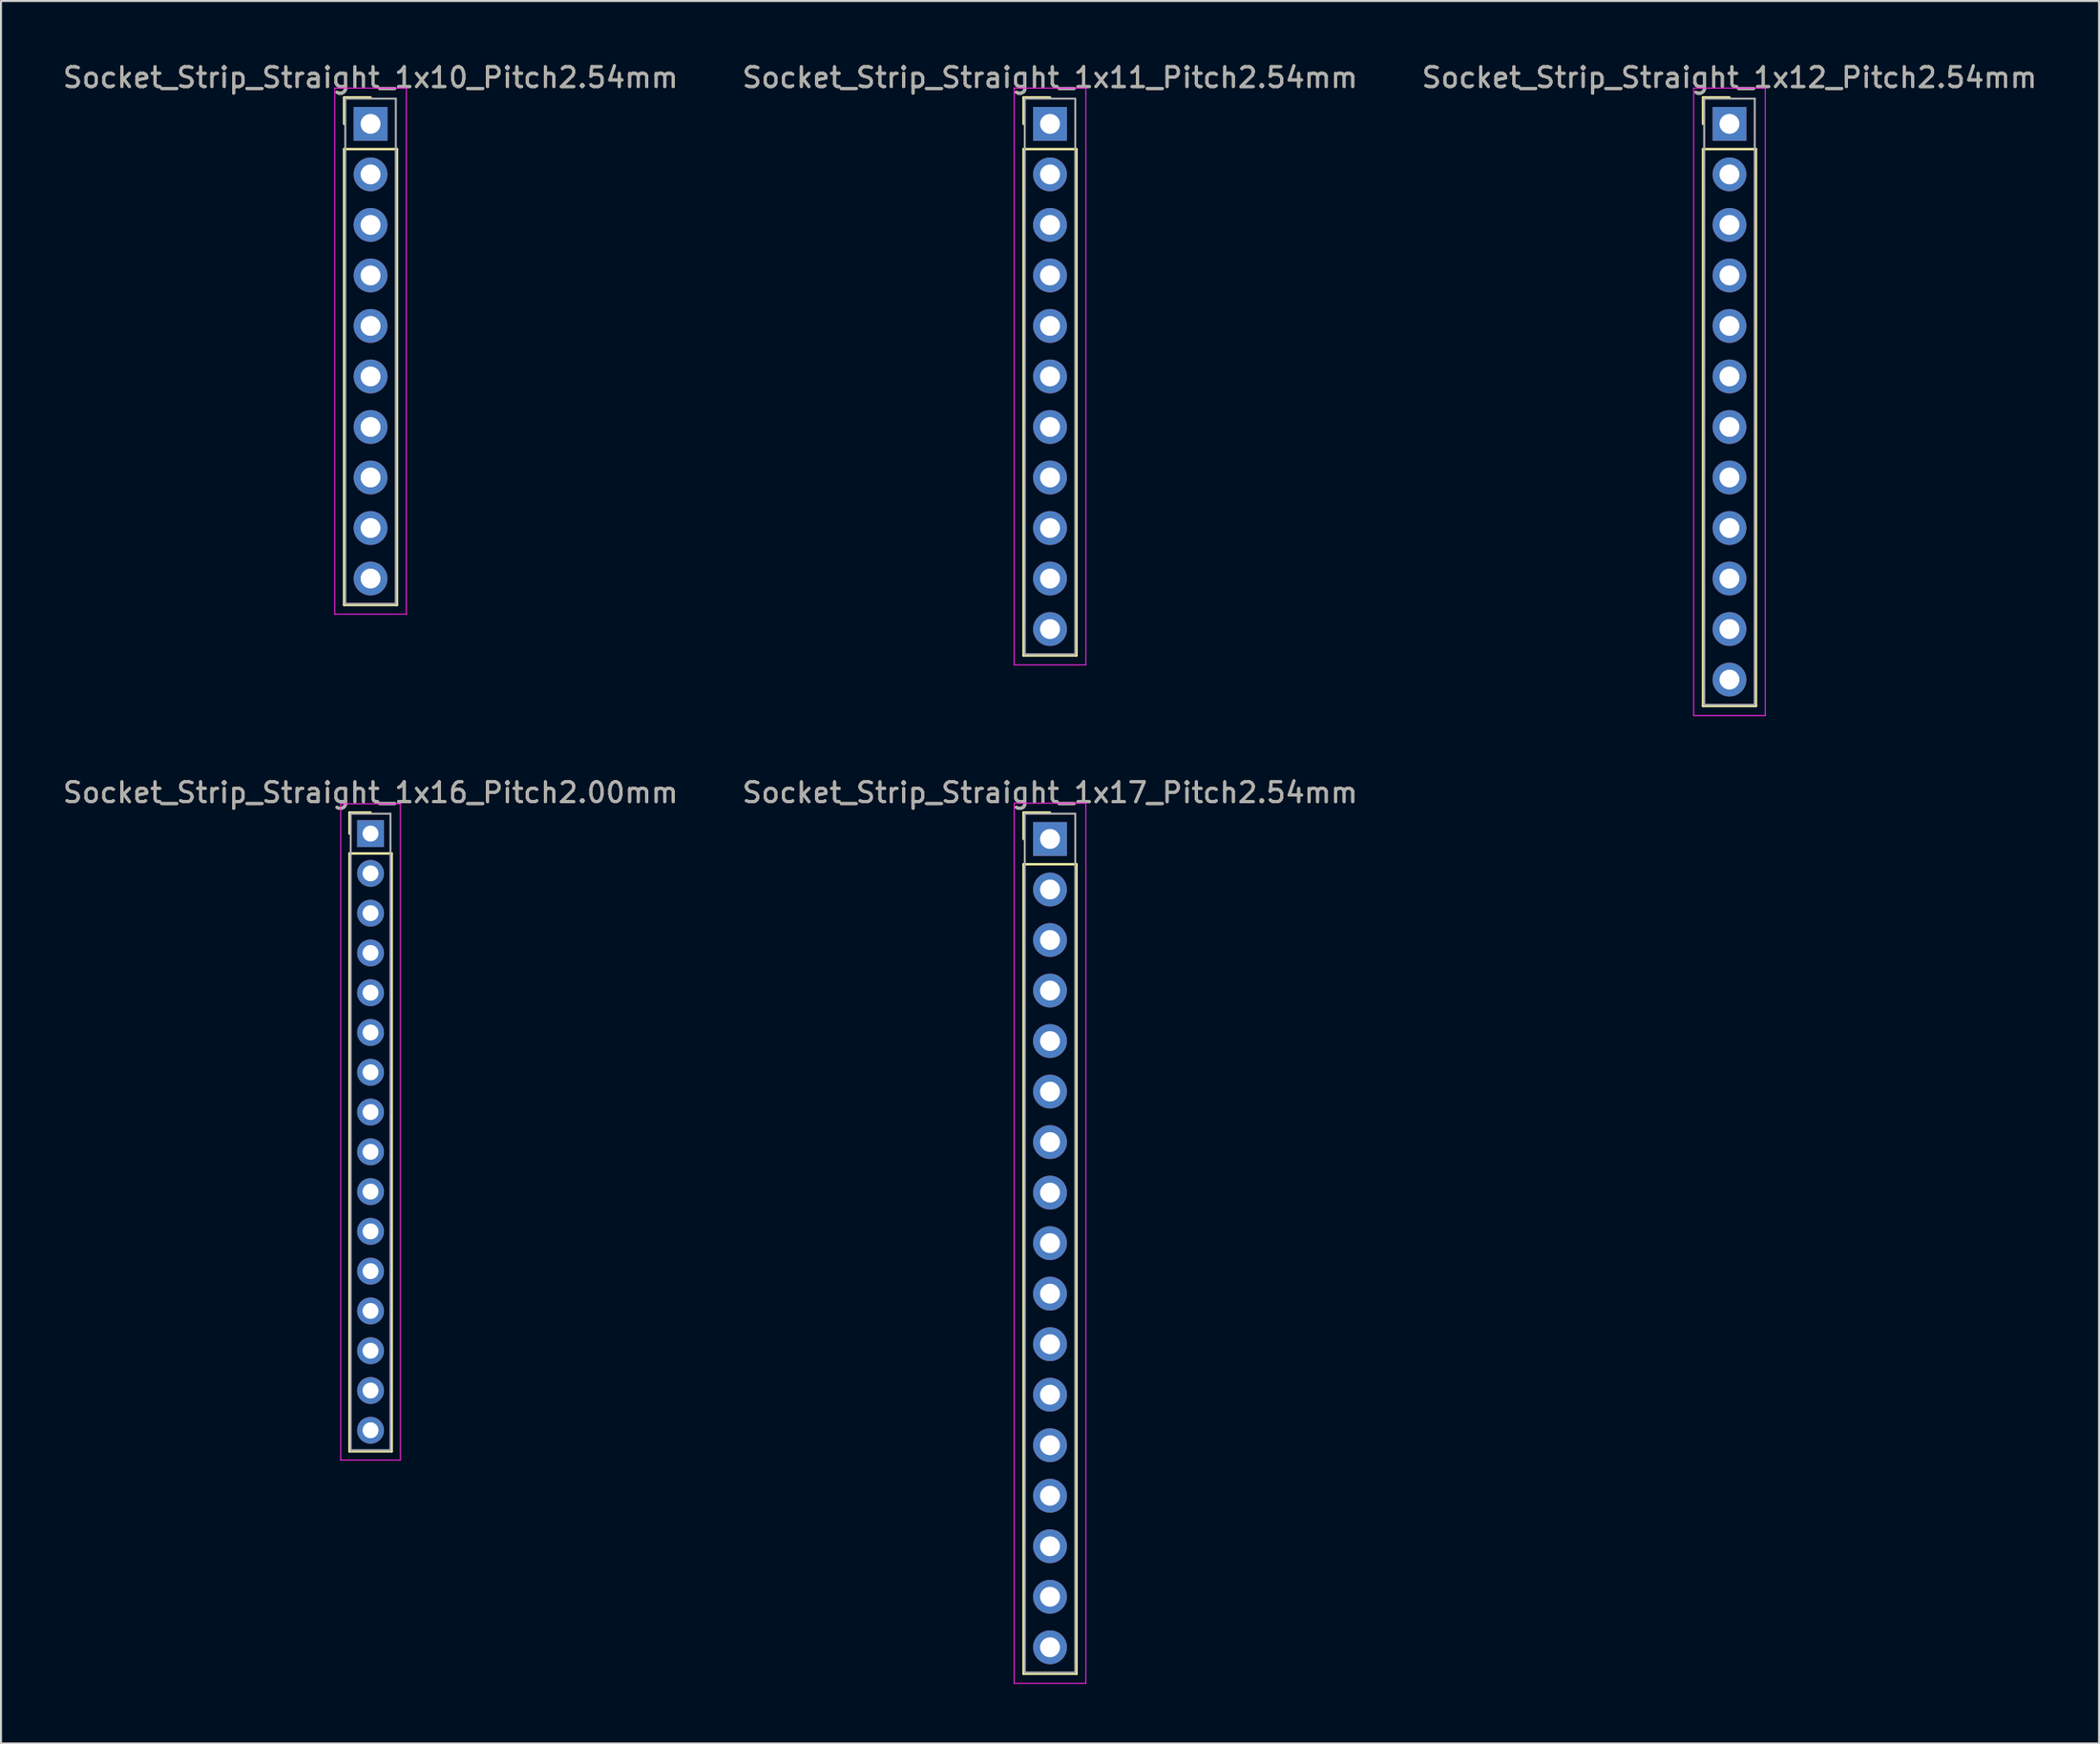
<source format=kicad_pcb>
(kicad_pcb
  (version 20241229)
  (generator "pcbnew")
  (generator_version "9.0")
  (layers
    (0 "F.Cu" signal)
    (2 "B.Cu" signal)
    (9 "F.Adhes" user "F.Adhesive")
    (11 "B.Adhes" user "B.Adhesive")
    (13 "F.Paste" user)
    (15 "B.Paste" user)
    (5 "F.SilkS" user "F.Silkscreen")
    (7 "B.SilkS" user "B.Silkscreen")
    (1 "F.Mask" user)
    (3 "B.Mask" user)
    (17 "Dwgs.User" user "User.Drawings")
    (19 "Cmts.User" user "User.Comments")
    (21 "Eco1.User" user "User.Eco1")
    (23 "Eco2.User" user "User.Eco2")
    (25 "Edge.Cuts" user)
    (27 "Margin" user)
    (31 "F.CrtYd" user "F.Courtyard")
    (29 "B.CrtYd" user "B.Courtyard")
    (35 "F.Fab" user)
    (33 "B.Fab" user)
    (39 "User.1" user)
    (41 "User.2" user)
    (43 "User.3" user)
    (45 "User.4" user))
  (footprint "Socket_Strip_Straight_1x17_Pitch2.54mm"
    (layer "F.Cu")
    (at 49.732 39.132)
    (property "Reference" "Socket_Strip_Straight_1x17_Pitch2.54mm" (at 0 -2.33 0) (layer "F.SilkS") (effects (font (size 1 1) (thickness 0.15))))
    (attr through_hole)
    (fp_line (start -1.33 -1.33) (end 0 -1.33) (stroke (width 0.12) (type solid)) (layer "F.SilkS"))
    (fp_line (start -1.33 0) (end -1.33 -1.33) (stroke (width 0.12) (type solid)) (layer "F.SilkS"))
    (fp_line (start -1.33 1.27) (end -1.33 41.97) (stroke (width 0.12) (type solid)) (layer "F.SilkS"))
    (fp_line (start -1.33 41.97) (end 1.33 41.97) (stroke (width 0.12) (type solid)) (layer "F.SilkS"))
    (fp_line (start 1.33 1.27) (end -1.33 1.27) (stroke (width 0.12) (type solid)) (layer "F.SilkS"))
    (fp_line (start 1.33 41.97) (end 1.33 1.27) (stroke (width 0.12) (type solid)) (layer "F.SilkS"))
    (fp_line (start -1.8 -1.8) (end -1.8 42.45) (stroke (width 0.05) (type solid)) (layer "F.CrtYd"))
    (fp_line (start -1.8 42.45) (end 1.8 42.45) (stroke (width 0.05) (type solid)) (layer "F.CrtYd"))
    (fp_line (start 1.8 -1.8) (end -1.8 -1.8) (stroke (width 0.05) (type solid)) (layer "F.CrtYd"))
    (fp_line (start 1.8 42.45) (end 1.8 -1.8) (stroke (width 0.05) (type solid)) (layer "F.CrtYd"))
    (fp_line (start -1.27 -1.27) (end -1.27 41.91) (stroke (width 0.1) (type solid)) (layer "F.Fab"))
    (fp_line (start -1.27 41.91) (end 1.27 41.91) (stroke (width 0.1) (type solid)) (layer "F.Fab"))
    (fp_line (start 1.27 -1.27) (end -1.27 -1.27) (stroke (width 0.1) (type solid)) (layer "F.Fab"))
    (fp_line (start 1.27 41.91) (end 1.27 -1.27) (stroke (width 0.1) (type solid)) (layer "F.Fab"))
    (fp_text user "${REFERENCE}" (at 0 -2.33 0) (layer "F.Fab") (effects (font (size 1 1) (thickness 0.15))))
    (pad "1" thru_hole rect (at 0 0) (size 1.7 1.7) (drill 1) (layers "*.Cu" "*.Mask"))
    (pad "2" thru_hole oval (at 0 2.54) (size 1.7 1.7) (drill 1) (layers "*.Cu" "*.Mask"))
    (pad "3" thru_hole oval (at 0 5.08) (size 1.7 1.7) (drill 1) (layers "*.Cu" "*.Mask"))
    (pad "4" thru_hole oval (at 0 7.62) (size 1.7 1.7) (drill 1) (layers "*.Cu" "*.Mask"))
    (pad "5" thru_hole oval (at 0 10.16) (size 1.7 1.7) (drill 1) (layers "*.Cu" "*.Mask"))
    (pad "6" thru_hole oval (at 0 12.7) (size 1.7 1.7) (drill 1) (layers "*.Cu" "*.Mask"))
    (pad "7" thru_hole oval (at 0 15.24) (size 1.7 1.7) (drill 1) (layers "*.Cu" "*.Mask"))
    (pad "8" thru_hole oval (at 0 17.78) (size 1.7 1.7) (drill 1) (layers "*.Cu" "*.Mask"))
    (pad "9" thru_hole oval (at 0 20.32) (size 1.7 1.7) (drill 1) (layers "*.Cu" "*.Mask"))
    (pad "10" thru_hole oval (at 0 22.86) (size 1.7 1.7) (drill 1) (layers "*.Cu" "*.Mask"))
    (pad "11" thru_hole oval (at 0 25.4) (size 1.7 1.7) (drill 1) (layers "*.Cu" "*.Mask"))
    (pad "12" thru_hole oval (at 0 27.94) (size 1.7 1.7) (drill 1) (layers "*.Cu" "*.Mask"))
    (pad "13" thru_hole oval (at 0 30.48) (size 1.7 1.7) (drill 1) (layers "*.Cu" "*.Mask"))
    (pad "14" thru_hole oval (at 0 33.02) (size 1.7 1.7) (drill 1) (layers "*.Cu" "*.Mask"))
    (pad "15" thru_hole oval (at 0 35.56) (size 1.7 1.7) (drill 1) (layers "*.Cu" "*.Mask"))
    (pad "16" thru_hole oval (at 0 38.1) (size 1.7 1.7) (drill 1) (layers "*.Cu" "*.Mask"))
    (pad "17" thru_hole oval (at 0 40.64) (size 1.7 1.7) (drill 1) (layers "*.Cu" "*.Mask")))
  (footprint "Socket_Strip_Straight_1x12_Pitch2.54mm"
    (layer "F.Cu")
    (at 83.887 3.178)
    (property "Reference" "Socket_Strip_Straight_1x12_Pitch2.54mm" (at 0 -2.33 0) (layer "F.SilkS") (effects (font (size 1 1) (thickness 0.15))))
    (attr through_hole)
    (fp_line (start -1.33 -1.33) (end 0 -1.33) (stroke (width 0.12) (type solid)) (layer "F.SilkS"))
    (fp_line (start -1.33 0) (end -1.33 -1.33) (stroke (width 0.12) (type solid)) (layer "F.SilkS"))
    (fp_line (start -1.33 1.27) (end -1.33 29.27) (stroke (width 0.12) (type solid)) (layer "F.SilkS"))
    (fp_line (start -1.33 29.27) (end 1.33 29.27) (stroke (width 0.12) (type solid)) (layer "F.SilkS"))
    (fp_line (start 1.33 1.27) (end -1.33 1.27) (stroke (width 0.12) (type solid)) (layer "F.SilkS"))
    (fp_line (start 1.33 29.27) (end 1.33 1.27) (stroke (width 0.12) (type solid)) (layer "F.SilkS"))
    (fp_line (start -1.8 -1.8) (end -1.8 29.75) (stroke (width 0.05) (type solid)) (layer "F.CrtYd"))
    (fp_line (start -1.8 29.75) (end 1.8 29.75) (stroke (width 0.05) (type solid)) (layer "F.CrtYd"))
    (fp_line (start 1.8 -1.8) (end -1.8 -1.8) (stroke (width 0.05) (type solid)) (layer "F.CrtYd"))
    (fp_line (start 1.8 29.75) (end 1.8 -1.8) (stroke (width 0.05) (type solid)) (layer "F.CrtYd"))
    (fp_line (start -1.27 -1.27) (end -1.27 29.21) (stroke (width 0.1) (type solid)) (layer "F.Fab"))
    (fp_line (start -1.27 29.21) (end 1.27 29.21) (stroke (width 0.1) (type solid)) (layer "F.Fab"))
    (fp_line (start 1.27 -1.27) (end -1.27 -1.27) (stroke (width 0.1) (type solid)) (layer "F.Fab"))
    (fp_line (start 1.27 29.21) (end 1.27 -1.27) (stroke (width 0.1) (type solid)) (layer "F.Fab"))
    (fp_text user "${REFERENCE}" (at 0 -2.33 0) (layer "F.Fab") (effects (font (size 1 1) (thickness 0.15))))
    (pad "1" thru_hole rect (at 0 0) (size 1.7 1.7) (drill 1) (layers "*.Cu" "*.Mask"))
    (pad "2" thru_hole oval (at 0 2.54) (size 1.7 1.7) (drill 1) (layers "*.Cu" "*.Mask"))
    (pad "3" thru_hole oval (at 0 5.08) (size 1.7 1.7) (drill 1) (layers "*.Cu" "*.Mask"))
    (pad "4" thru_hole oval (at 0 7.62) (size 1.7 1.7) (drill 1) (layers "*.Cu" "*.Mask"))
    (pad "5" thru_hole oval (at 0 10.16) (size 1.7 1.7) (drill 1) (layers "*.Cu" "*.Mask"))
    (pad "6" thru_hole oval (at 0 12.7) (size 1.7 1.7) (drill 1) (layers "*.Cu" "*.Mask"))
    (pad "7" thru_hole oval (at 0 15.24) (size 1.7 1.7) (drill 1) (layers "*.Cu" "*.Mask"))
    (pad "8" thru_hole oval (at 0 17.78) (size 1.7 1.7) (drill 1) (layers "*.Cu" "*.Mask"))
    (pad "9" thru_hole oval (at 0 20.32) (size 1.7 1.7) (drill 1) (layers "*.Cu" "*.Mask"))
    (pad "10" thru_hole oval (at 0 22.86) (size 1.7 1.7) (drill 1) (layers "*.Cu" "*.Mask"))
    (pad "11" thru_hole oval (at 0 25.4) (size 1.7 1.7) (drill 1) (layers "*.Cu" "*.Mask"))
    (pad "12" thru_hole oval (at 0 27.94) (size 1.7 1.7) (drill 1) (layers "*.Cu" "*.Mask")))
  (footprint "Socket_Strip_Straight_1x16_Pitch2.00mm"
    (layer "F.Cu")
    (at 15.577 38.861)
    (property "Reference" "Socket_Strip_Straight_1x16_Pitch2.00mm" (at 0 -2.06 0) (layer "F.SilkS") (effects (font (size 1 1) (thickness 0.15))))
    (attr through_hole)
    (fp_line (start -1.06 -1.06) (end 0 -1.06) (stroke (width 0.12) (type solid)) (layer "F.SilkS"))
    (fp_line (start -1.06 0) (end -1.06 -1.06) (stroke (width 0.12) (type solid)) (layer "F.SilkS"))
    (fp_line (start -1.06 1) (end -1.06 31.06) (stroke (width 0.12) (type solid)) (layer "F.SilkS"))
    (fp_line (start -1.06 31.06) (end 1.06 31.06) (stroke (width 0.12) (type solid)) (layer "F.SilkS"))
    (fp_line (start 1.06 1) (end -1.06 1) (stroke (width 0.12) (type solid)) (layer "F.SilkS"))
    (fp_line (start 1.06 31.06) (end 1.06 1) (stroke (width 0.12) (type solid)) (layer "F.SilkS"))
    (fp_line (start -1.5 -1.5) (end -1.5 31.5) (stroke (width 0.05) (type solid)) (layer "F.CrtYd"))
    (fp_line (start -1.5 31.5) (end 1.5 31.5) (stroke (width 0.05) (type solid)) (layer "F.CrtYd"))
    (fp_line (start 1.5 -1.5) (end -1.5 -1.5) (stroke (width 0.05) (type solid)) (layer "F.CrtYd"))
    (fp_line (start 1.5 31.5) (end 1.5 -1.5) (stroke (width 0.05) (type solid)) (layer "F.CrtYd"))
    (fp_line (start -1 -1) (end -1 31) (stroke (width 0.1) (type solid)) (layer "F.Fab"))
    (fp_line (start -1 31) (end 1 31) (stroke (width 0.1) (type solid)) (layer "F.Fab"))
    (fp_line (start 1 -1) (end -1 -1) (stroke (width 0.1) (type solid)) (layer "F.Fab"))
    (fp_line (start 1 31) (end 1 -1) (stroke (width 0.1) (type solid)) (layer "F.Fab"))
    (fp_text user "${REFERENCE}" (at 0 -2.06 0) (layer "F.Fab") (effects (font (size 1 1) (thickness 0.15))))
    (pad "1" thru_hole rect (at 0 0) (size 1.35 1.35) (drill 0.8) (layers "*.Cu" "*.Mask"))
    (pad "2" thru_hole oval (at 0 2) (size 1.35 1.35) (drill 0.8) (layers "*.Cu" "*.Mask"))
    (pad "3" thru_hole oval (at 0 4) (size 1.35 1.35) (drill 0.8) (layers "*.Cu" "*.Mask"))
    (pad "4" thru_hole oval (at 0 6) (size 1.35 1.35) (drill 0.8) (layers "*.Cu" "*.Mask"))
    (pad "5" thru_hole oval (at 0 8) (size 1.35 1.35) (drill 0.8) (layers "*.Cu" "*.Mask"))
    (pad "6" thru_hole oval (at 0 10) (size 1.35 1.35) (drill 0.8) (layers "*.Cu" "*.Mask"))
    (pad "7" thru_hole oval (at 0 12) (size 1.35 1.35) (drill 0.8) (layers "*.Cu" "*.Mask"))
    (pad "8" thru_hole oval (at 0 14) (size 1.35 1.35) (drill 0.8) (layers "*.Cu" "*.Mask"))
    (pad "9" thru_hole oval (at 0 16) (size 1.35 1.35) (drill 0.8) (layers "*.Cu" "*.Mask"))
    (pad "10" thru_hole oval (at 0 18) (size 1.35 1.35) (drill 0.8) (layers "*.Cu" "*.Mask"))
    (pad "11" thru_hole oval (at 0 20) (size 1.35 1.35) (drill 0.8) (layers "*.Cu" "*.Mask"))
    (pad "12" thru_hole oval (at 0 22) (size 1.35 1.35) (drill 0.8) (layers "*.Cu" "*.Mask"))
    (pad "13" thru_hole oval (at 0 24) (size 1.35 1.35) (drill 0.8) (layers "*.Cu" "*.Mask"))
    (pad "14" thru_hole oval (at 0 26) (size 1.35 1.35) (drill 0.8) (layers "*.Cu" "*.Mask"))
    (pad "15" thru_hole oval (at 0 28) (size 1.35 1.35) (drill 0.8) (layers "*.Cu" "*.Mask"))
    (pad "16" thru_hole oval (at 0 30) (size 1.35 1.35) (drill 0.8) (layers "*.Cu" "*.Mask")))
  (footprint "Socket_Strip_Straight_1x11_Pitch2.54mm"
    (layer "F.Cu")
    (at 49.732 3.178)
    (property "Reference" "Socket_Strip_Straight_1x11_Pitch2.54mm" (at 0 -2.33 0) (layer "F.SilkS") (effects (font (size 1 1) (thickness 0.15))))
    (attr through_hole)
    (fp_line (start -1.33 -1.33) (end 0 -1.33) (stroke (width 0.12) (type solid)) (layer "F.SilkS"))
    (fp_line (start -1.33 0) (end -1.33 -1.33) (stroke (width 0.12) (type solid)) (layer "F.SilkS"))
    (fp_line (start -1.33 1.27) (end -1.33 26.73) (stroke (width 0.12) (type solid)) (layer "F.SilkS"))
    (fp_line (start -1.33 26.73) (end 1.33 26.73) (stroke (width 0.12) (type solid)) (layer "F.SilkS"))
    (fp_line (start 1.33 1.27) (end -1.33 1.27) (stroke (width 0.12) (type solid)) (layer "F.SilkS"))
    (fp_line (start 1.33 26.73) (end 1.33 1.27) (stroke (width 0.12) (type solid)) (layer "F.SilkS"))
    (fp_line (start -1.8 -1.8) (end -1.8 27.2) (stroke (width 0.05) (type solid)) (layer "F.CrtYd"))
    (fp_line (start -1.8 27.2) (end 1.8 27.2) (stroke (width 0.05) (type solid)) (layer "F.CrtYd"))
    (fp_line (start 1.8 -1.8) (end -1.8 -1.8) (stroke (width 0.05) (type solid)) (layer "F.CrtYd"))
    (fp_line (start 1.8 27.2) (end 1.8 -1.8) (stroke (width 0.05) (type solid)) (layer "F.CrtYd"))
    (fp_line (start -1.27 -1.27) (end -1.27 26.67) (stroke (width 0.1) (type solid)) (layer "F.Fab"))
    (fp_line (start -1.27 26.67) (end 1.27 26.67) (stroke (width 0.1) (type solid)) (layer "F.Fab"))
    (fp_line (start 1.27 -1.27) (end -1.27 -1.27) (stroke (width 0.1) (type solid)) (layer "F.Fab"))
    (fp_line (start 1.27 26.67) (end 1.27 -1.27) (stroke (width 0.1) (type solid)) (layer "F.Fab"))
    (fp_text user "${REFERENCE}" (at 0 -2.33 0) (layer "F.Fab") (effects (font (size 1 1) (thickness 0.15))))
    (pad "1" thru_hole rect (at 0 0) (size 1.7 1.7) (drill 1) (layers "*.Cu" "*.Mask"))
    (pad "2" thru_hole oval (at 0 2.54) (size 1.7 1.7) (drill 1) (layers "*.Cu" "*.Mask"))
    (pad "3" thru_hole oval (at 0 5.08) (size 1.7 1.7) (drill 1) (layers "*.Cu" "*.Mask"))
    (pad "4" thru_hole oval (at 0 7.62) (size 1.7 1.7) (drill 1) (layers "*.Cu" "*.Mask"))
    (pad "5" thru_hole oval (at 0 10.16) (size 1.7 1.7) (drill 1) (layers "*.Cu" "*.Mask"))
    (pad "6" thru_hole oval (at 0 12.7) (size 1.7 1.7) (drill 1) (layers "*.Cu" "*.Mask"))
    (pad "7" thru_hole oval (at 0 15.24) (size 1.7 1.7) (drill 1) (layers "*.Cu" "*.Mask"))
    (pad "8" thru_hole oval (at 0 17.78) (size 1.7 1.7) (drill 1) (layers "*.Cu" "*.Mask"))
    (pad "9" thru_hole oval (at 0 20.32) (size 1.7 1.7) (drill 1) (layers "*.Cu" "*.Mask"))
    (pad "10" thru_hole oval (at 0 22.86) (size 1.7 1.7) (drill 1) (layers "*.Cu" "*.Mask"))
    (pad "11" thru_hole oval (at 0 25.4) (size 1.7 1.7) (drill 1) (layers "*.Cu" "*.Mask")))
  (footprint "Socket_Strip_Straight_1x10_Pitch2.54mm"
    (layer "F.Cu")
    (at 15.577 3.178)
    (property "Reference" "Socket_Strip_Straight_1x10_Pitch2.54mm" (at 0 -2.33 0) (layer "F.SilkS") (effects (font (size 1 1) (thickness 0.15))))
    (attr through_hole)
    (fp_line (start -1.33 -1.33) (end 0 -1.33) (stroke (width 0.12) (type solid)) (layer "F.SilkS"))
    (fp_line (start -1.33 0) (end -1.33 -1.33) (stroke (width 0.12) (type solid)) (layer "F.SilkS"))
    (fp_line (start -1.33 1.27) (end -1.33 24.19) (stroke (width 0.12) (type solid)) (layer "F.SilkS"))
    (fp_line (start -1.33 24.19) (end 1.33 24.19) (stroke (width 0.12) (type solid)) (layer "F.SilkS"))
    (fp_line (start 1.33 1.27) (end -1.33 1.27) (stroke (width 0.12) (type solid)) (layer "F.SilkS"))
    (fp_line (start 1.33 24.19) (end 1.33 1.27) (stroke (width 0.12) (type solid)) (layer "F.SilkS"))
    (fp_line (start -1.8 -1.8) (end -1.8 24.65) (stroke (width 0.05) (type solid)) (layer "F.CrtYd"))
    (fp_line (start -1.8 24.65) (end 1.8 24.65) (stroke (width 0.05) (type solid)) (layer "F.CrtYd"))
    (fp_line (start 1.8 -1.8) (end -1.8 -1.8) (stroke (width 0.05) (type solid)) (layer "F.CrtYd"))
    (fp_line (start 1.8 24.65) (end 1.8 -1.8) (stroke (width 0.05) (type solid)) (layer "F.CrtYd"))
    (fp_line (start -1.27 -1.27) (end -1.27 24.13) (stroke (width 0.1) (type solid)) (layer "F.Fab"))
    (fp_line (start -1.27 24.13) (end 1.27 24.13) (stroke (width 0.1) (type solid)) (layer "F.Fab"))
    (fp_line (start 1.27 -1.27) (end -1.27 -1.27) (stroke (width 0.1) (type solid)) (layer "F.Fab"))
    (fp_line (start 1.27 24.13) (end 1.27 -1.27) (stroke (width 0.1) (type solid)) (layer "F.Fab"))
    (fp_text user "${REFERENCE}" (at 0 -2.33 0) (layer "F.Fab") (effects (font (size 1 1) (thickness 0.15))))
    (pad "1" thru_hole rect (at 0 0) (size 1.7 1.7) (drill 1) (layers "*.Cu" "*.Mask"))
    (pad "2" thru_hole oval (at 0 2.54) (size 1.7 1.7) (drill 1) (layers "*.Cu" "*.Mask"))
    (pad "3" thru_hole oval (at 0 5.08) (size 1.7 1.7) (drill 1) (layers "*.Cu" "*.Mask"))
    (pad "4" thru_hole oval (at 0 7.62) (size 1.7 1.7) (drill 1) (layers "*.Cu" "*.Mask"))
    (pad "5" thru_hole oval (at 0 10.16) (size 1.7 1.7) (drill 1) (layers "*.Cu" "*.Mask"))
    (pad "6" thru_hole oval (at 0 12.7) (size 1.7 1.7) (drill 1) (layers "*.Cu" "*.Mask"))
    (pad "7" thru_hole oval (at 0 15.24) (size 1.7 1.7) (drill 1) (layers "*.Cu" "*.Mask"))
    (pad "8" thru_hole oval (at 0 17.78) (size 1.7 1.7) (drill 1) (layers "*.Cu" "*.Mask"))
    (pad "9" thru_hole oval (at 0 20.32) (size 1.7 1.7) (drill 1) (layers "*.Cu" "*.Mask"))
    (pad "10" thru_hole oval (at 0 22.86) (size 1.7 1.7) (drill 1) (layers "*.Cu" "*.Mask")))
  (gr_rect
    (start -3 -3)
    (end 102.464 84.606)
    (stroke (width 0.1) (type default))
    (fill no)
    (layer "Edge.Cuts")))
</source>
